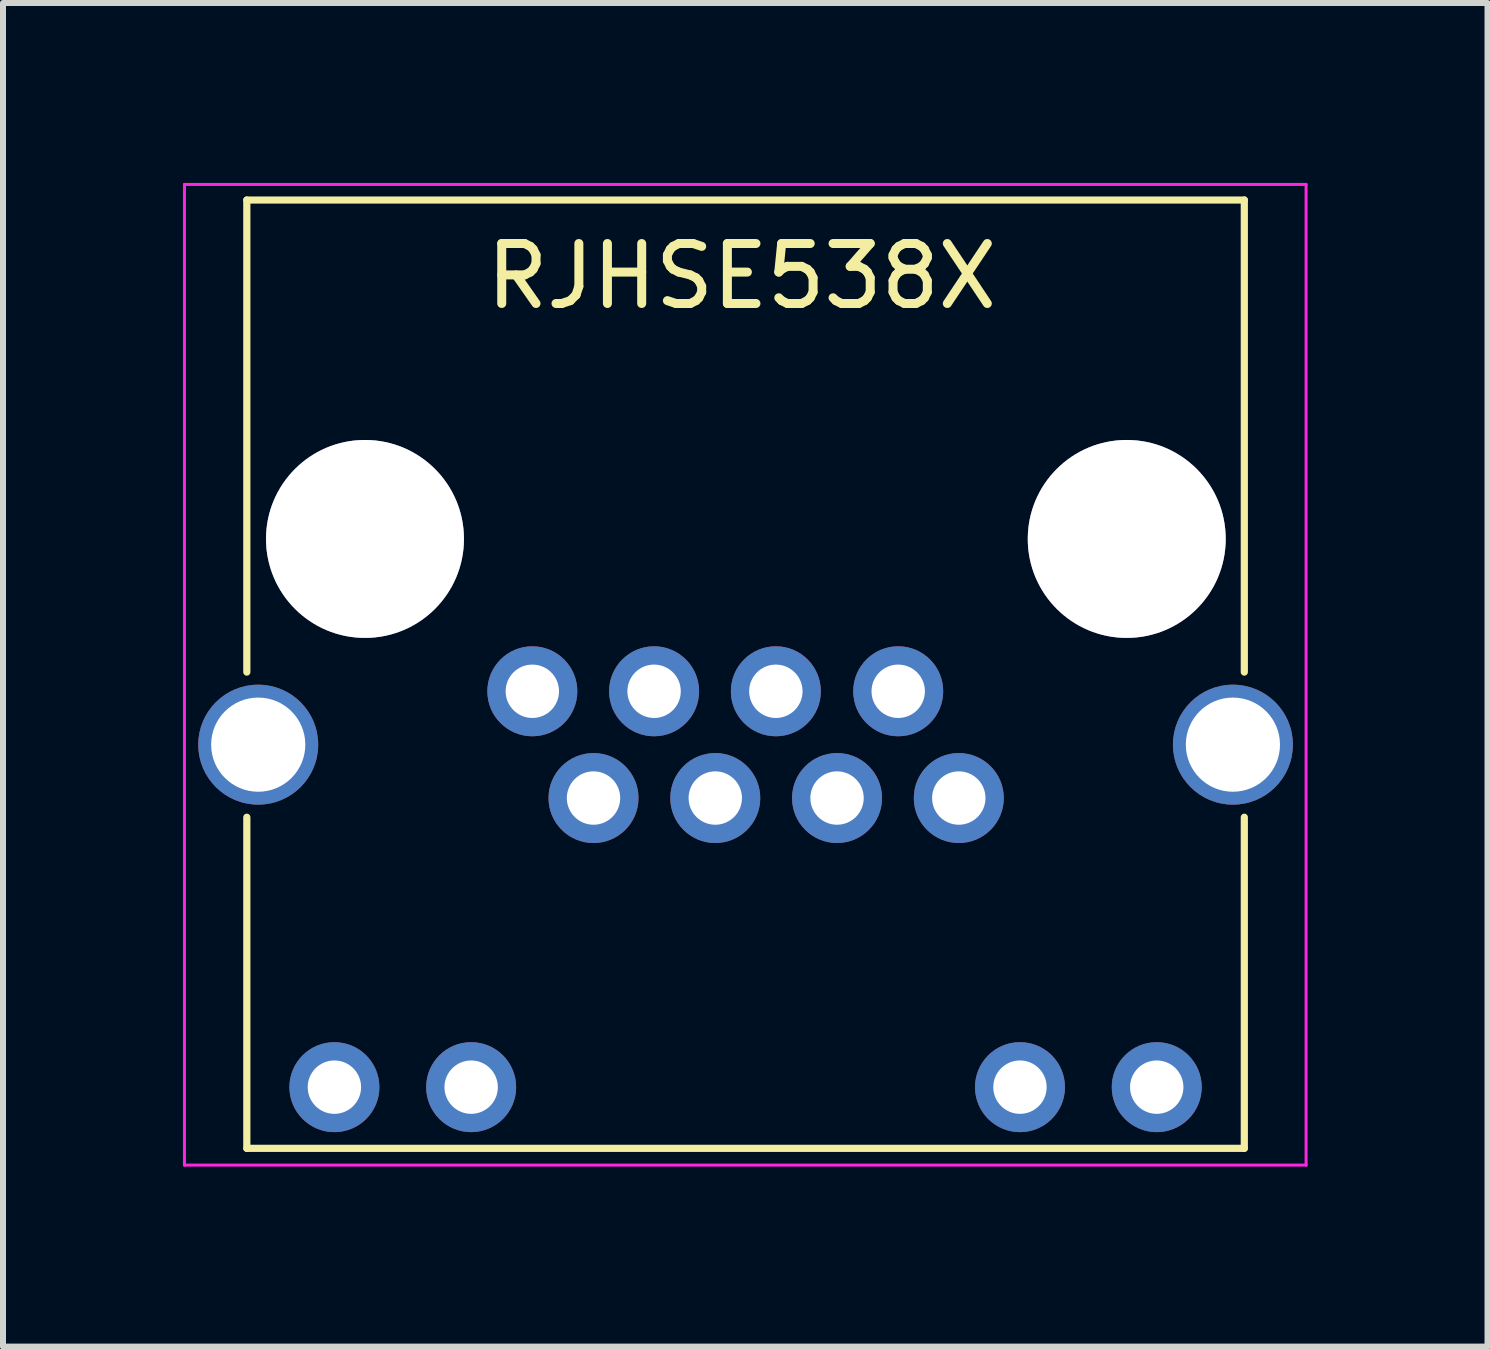
<source format=kicad_pcb>
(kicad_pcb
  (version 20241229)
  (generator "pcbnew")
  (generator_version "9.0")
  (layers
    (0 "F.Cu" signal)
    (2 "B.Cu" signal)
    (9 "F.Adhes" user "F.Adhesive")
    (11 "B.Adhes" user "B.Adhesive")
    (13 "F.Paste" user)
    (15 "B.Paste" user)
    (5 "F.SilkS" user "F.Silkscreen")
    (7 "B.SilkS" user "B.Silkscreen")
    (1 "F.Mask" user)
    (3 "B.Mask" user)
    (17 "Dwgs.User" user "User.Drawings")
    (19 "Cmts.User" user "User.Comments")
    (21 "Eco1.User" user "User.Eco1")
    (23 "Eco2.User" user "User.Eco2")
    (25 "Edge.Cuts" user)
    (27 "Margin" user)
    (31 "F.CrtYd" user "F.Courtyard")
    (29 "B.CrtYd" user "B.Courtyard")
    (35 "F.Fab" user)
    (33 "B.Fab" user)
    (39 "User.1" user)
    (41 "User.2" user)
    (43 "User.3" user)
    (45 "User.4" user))
  (footprint "RJHSE538X"
    (layer "F.Cu")
    (at 5.825 8.475)
    (property "Reference" "RJHSE538X" (at 3.49 -6.92 0) (layer "F.SilkS") (effects (font (size 1 1) (thickness 0.15))))
    (attr through_hole)
    (fp_line (start -4.76 -8.19) (end -4.76 -0.32) (stroke (width 0.12) (type solid)) (layer "F.SilkS"))
    (fp_line (start -4.76 7.62) (end -4.76 2.1) (stroke (width 0.12) (type solid)) (layer "F.SilkS"))
    (fp_line (start 11.87 -8.19) (end -4.76 -8.19) (stroke (width 0.12) (type solid)) (layer "F.SilkS"))
    (fp_line (start 11.87 -8.19) (end 11.87 -0.32) (stroke (width 0.12) (type solid)) (layer "F.SilkS"))
    (fp_line (start 11.87 7.62) (end -4.76 7.62) (stroke (width 0.12) (type solid)) (layer "F.SilkS"))
    (fp_line (start 11.87 7.62) (end 11.87 2.1) (stroke (width 0.12) (type solid)) (layer "F.SilkS"))
    (fp_line (start -5.8 -8.45) (end -5.8 7.9) (stroke (width 0.05) (type solid)) (layer "F.CrtYd"))
    (fp_line (start -5.8 7.9) (end 12.9 7.9) (stroke (width 0.05) (type solid)) (layer "F.CrtYd"))
    (fp_line (start 12.9 -8.45) (end -5.8 -8.45) (stroke (width 0.05) (type solid)) (layer "F.CrtYd"))
    (fp_line (start 12.9 7.9) (end 12.9 -8.45) (stroke (width 0.05) (type solid)) (layer "F.CrtYd"))
    (pad "" thru_hole circle (at -2.79 -2.54) (size 3.3 3.3) (drill 3.3) (layers "*.Cu" "*.Mask"))
    (pad "" thru_hole circle (at 9.91 -2.54) (size 3.3 3.3) (drill 3.3) (layers "*.Cu" "*.Mask"))
    (pad "1" thru_hole circle (at 0 0) (size 1.5 1.5) (drill 0.89) (layers "*.Cu" "*.Mask"))
    (pad "2" thru_hole circle (at 1.02 1.78) (size 1.5 1.5) (drill 0.89) (layers "*.Cu" "*.Mask"))
    (pad "3" thru_hole circle (at 2.03 0) (size 1.5 1.5) (drill 0.89) (layers "*.Cu" "*.Mask"))
    (pad "4" thru_hole circle (at 3.05 1.78) (size 1.5 1.5) (drill 0.89) (layers "*.Cu" "*.Mask"))
    (pad "5" thru_hole circle (at 4.06 0) (size 1.5 1.5) (drill 0.89) (layers "*.Cu" "*.Mask"))
    (pad "6" thru_hole circle (at 5.08 1.78) (size 1.5 1.5) (drill 0.89) (layers "*.Cu" "*.Mask"))
    (pad "7" thru_hole circle (at 6.1 0) (size 1.5 1.5) (drill 0.89) (layers "*.Cu" "*.Mask"))
    (pad "8" thru_hole circle (at 7.11 1.78) (size 1.5 1.5) (drill 0.89) (layers "*.Cu" "*.Mask"))
    (pad "9" thru_hole circle (at -3.3 6.6) (size 1.5 1.5) (drill 0.89) (layers "*.Cu" "*.Mask"))
    (pad "10" thru_hole circle (at -1.02 6.6) (size 1.5 1.5) (drill 0.89) (layers "*.Cu" "*.Mask"))
    (pad "11" thru_hole circle (at 8.13 6.6) (size 1.5 1.5) (drill 0.89) (layers "*.Cu" "*.Mask"))
    (pad "12" thru_hole circle (at 10.41 6.6) (size 1.5 1.5) (drill 0.89) (layers "*.Cu" "*.Mask"))
    (pad "sh" thru_hole circle (at -4.57 0.89) (size 2 2) (drill 1.57) (layers "*.Cu" "*.Mask"))
    (pad "sh" thru_hole circle (at 11.68 0.89) (size 2 2) (drill 1.57) (layers "*.Cu" "*.Mask")))
  (gr_rect
    (start -3 -3)
    (end 21.75 19.4)
    (stroke (width 0.1) (type default))
    (fill no)
    (layer "Edge.Cuts")))
</source>
